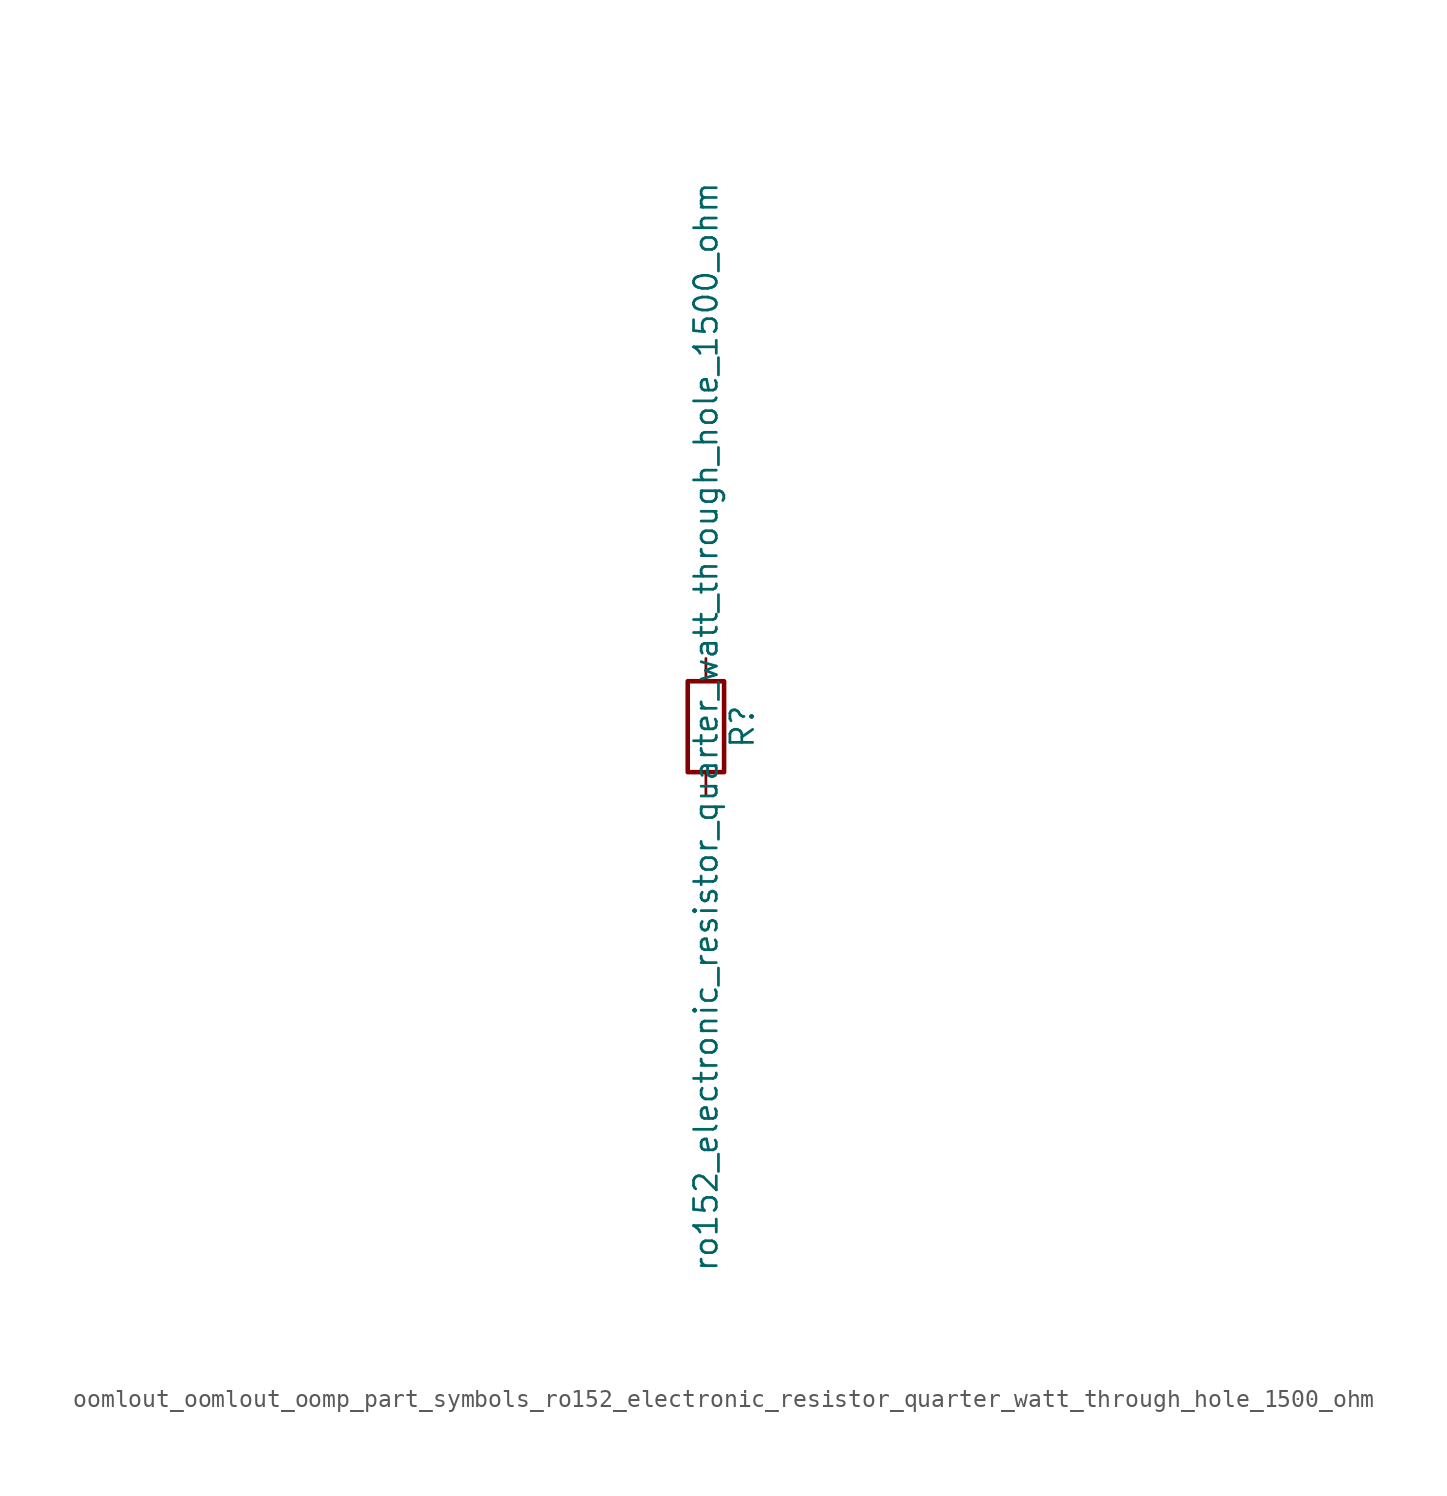
<source format=kicad_sym>
(kicad_symbol_lib
  (version 20220914)
  (generator kicad_symbol_editor)
  (symbol "oomlout_oomlout_oomp_part_symbols_ro152_electronic_resistor_quarter_watt_through_hole_1500_ohm"
    (pin_numbers hide)
    (pin_names
      (offset 0))
    (property "Reference" "R"
      (at 2.032 0 90)
      (effects (font (size 1.27 1.27))))
    (property "Value" "ro152_electronic_resistor_quarter_watt_through_hole_1500_ohm"
      (at 0 0 90)
      (effects (font (size 1.27 1.27))))
    (symbol "oomlout_oomlout_oomp_part_symbols_ro152_electronic_resistor_quarter_watt_through_hole_1500_ohm_0_1"
      (rectangle (start -1.016 -2.54) (end 1.016 2.54) (stroke (width 0.254) (type default)) (fill (type none))))
    (symbol "oomlout_oomlout_oomp_part_symbols_ro152_electronic_resistor_quarter_watt_through_hole_1500_ohm_1_1"
      (pin passive line (at 0 3.81 270) (length 1.27) (name "~" (effects (font (size 1.27 1.27)))) (number "1" (effects (font (size 1.27 1.27)))))
      (pin passive line (at 0 -3.81 90) (length 1.27) (name "~" (effects (font (size 1.27 1.27)))) (number "2" (effects (font (size 1.27 1.27))))))))
</source>
